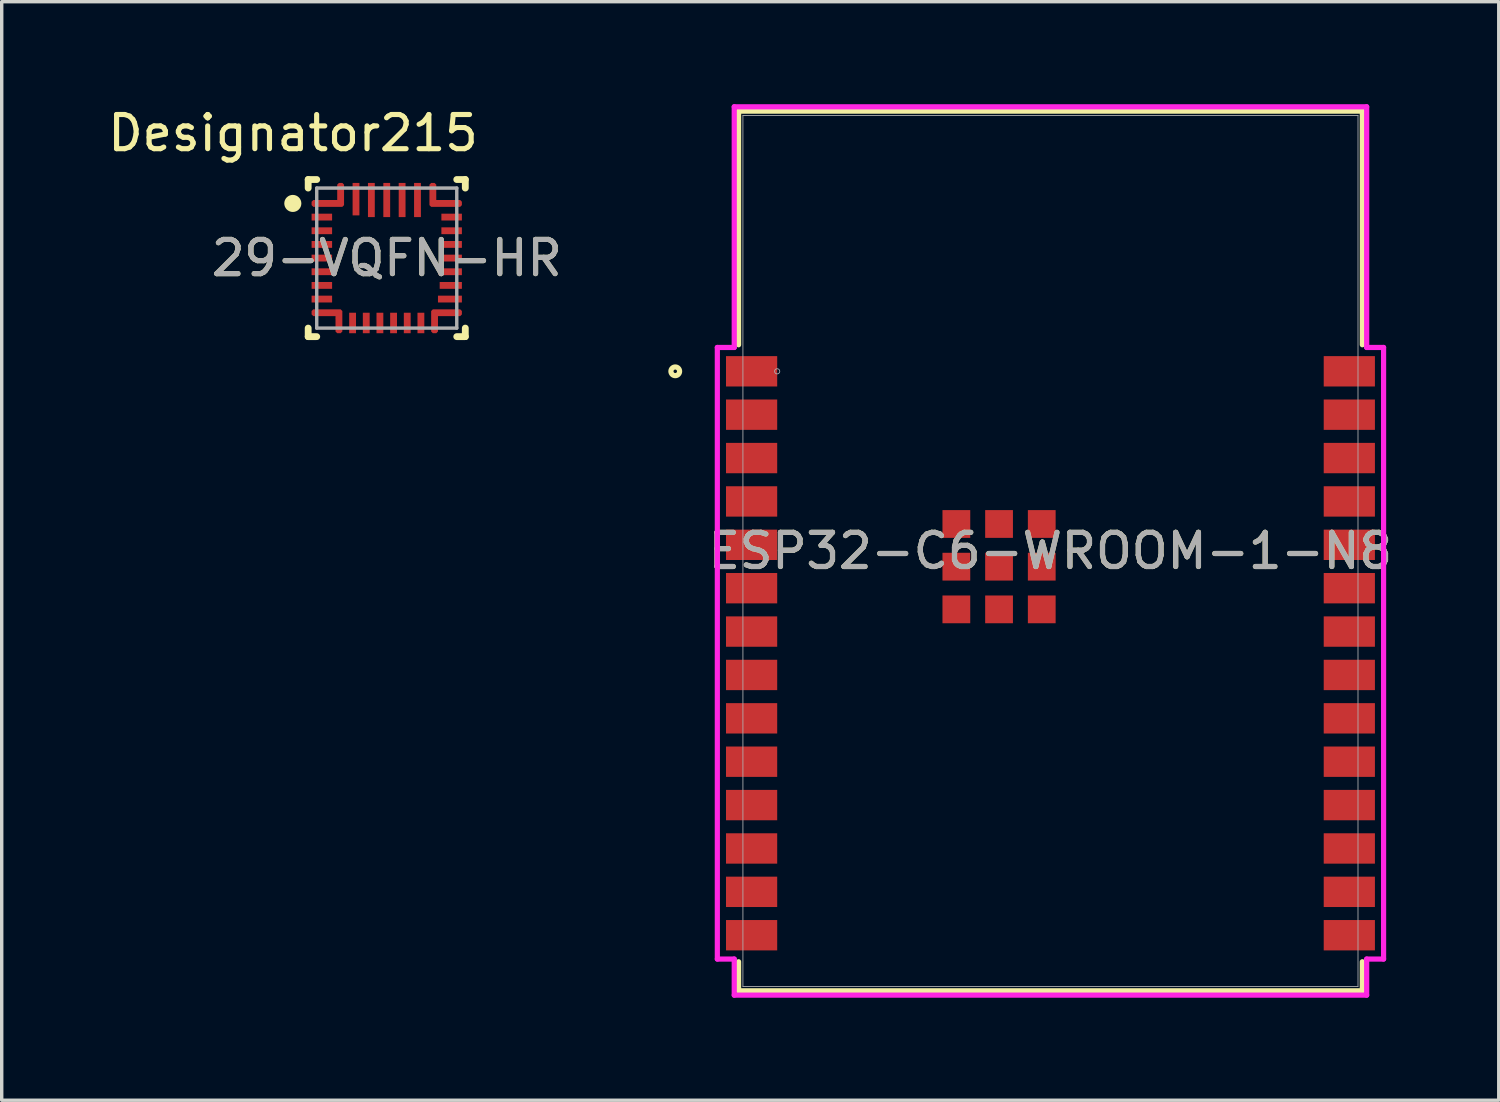
<source format=kicad_pcb>
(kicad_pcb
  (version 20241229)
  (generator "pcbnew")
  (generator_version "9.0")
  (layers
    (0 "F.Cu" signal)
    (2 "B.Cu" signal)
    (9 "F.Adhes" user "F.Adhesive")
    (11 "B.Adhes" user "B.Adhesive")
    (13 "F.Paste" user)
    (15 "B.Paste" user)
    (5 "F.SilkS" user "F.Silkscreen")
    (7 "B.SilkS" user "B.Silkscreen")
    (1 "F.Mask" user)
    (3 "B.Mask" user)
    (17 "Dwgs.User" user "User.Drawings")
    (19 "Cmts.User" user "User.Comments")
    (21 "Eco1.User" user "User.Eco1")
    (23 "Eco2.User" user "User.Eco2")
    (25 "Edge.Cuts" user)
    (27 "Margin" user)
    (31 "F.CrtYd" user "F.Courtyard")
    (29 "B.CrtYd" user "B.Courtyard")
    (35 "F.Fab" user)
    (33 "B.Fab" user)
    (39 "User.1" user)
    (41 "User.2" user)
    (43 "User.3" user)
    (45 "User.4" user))
  (footprint "29-VQFN-HR"
    (layer "F.Cu")
    (at 8.273 4.506)
    (property "Reference" "29-VQFN-HR" (at 0 0 0) (unlocked yes) (layer "F.SilkS") (effects (font (size 1 1) (thickness 0.15))))
    (attr smd)
    (fp_poly (pts (xy -2.2 -1.65) (xy -2.15 -1.7) (xy -1.45 -1.7) (xy -1.45 -2.15) (xy -1.4 -2.2) (xy -1.3 -2.2) (xy -1.25 -2.15) (xy -1.25 -1.55) (xy -1.3 -1.5) (xy -2.15 -1.5) (xy -2.2 -1.55)) (stroke (width 0) (type solid)) (fill yes) (layer "F.Cu"))
    (fp_poly (pts (xy -2.2 1.65) (xy -2.15 1.7) (xy -1.5 1.7) (xy -1.5 2.15) (xy -1.45 2.2) (xy -1.35 2.2) (xy -1.3 2.15) (xy -1.3 1.55) (xy -1.35 1.5) (xy -2.15 1.5) (xy -2.2 1.55)) (stroke (width 0) (type solid)) (fill yes) (layer "F.Cu"))
    (fp_poly (pts (xy 2.2 -1.65) (xy 2.15 -1.7) (xy 1.45 -1.7) (xy 1.45 -2.15) (xy 1.4 -2.2) (xy 1.3 -2.2) (xy 1.25 -2.15) (xy 1.25 -1.55) (xy 1.3 -1.5) (xy 2.15 -1.5) (xy 2.2 -1.55)) (stroke (width 0) (type solid)) (fill yes) (layer "F.Cu"))
    (fp_poly (pts (xy 2.2 1.65) (xy 2.15 1.7) (xy 1.5 1.7) (xy 1.5 2.15) (xy 1.45 2.2) (xy 1.35 2.2) (xy 1.3 2.15) (xy 1.3 1.55) (xy 1.35 1.5) (xy 2.15 1.5) (xy 2.2 1.55)) (stroke (width 0) (type solid)) (fill yes) (layer "F.Cu"))
    (fp_poly (pts (xy -2.2 -1.65) (xy -2.15 -1.7) (xy -1.45 -1.7) (xy -1.45 -2.15) (xy -1.4 -2.2) (xy -1.3 -2.2) (xy -1.25 -2.15) (xy -1.25 -1.55) (xy -1.3 -1.5) (xy -2.15 -1.5) (xy -2.2 -1.55)) (stroke (width 0) (type solid)) (fill yes) (layer "F.Mask"))
    (fp_poly (pts (xy -2.2 1.65) (xy -2.2 1.55) (xy -2.15 1.5) (xy -1.35 1.5) (xy -1.3 1.55) (xy -1.3 2.15) (xy -1.35 2.2) (xy -1.45 2.2) (xy -1.5 2.15) (xy -1.5 1.7) (xy -2.15 1.7)) (stroke (width 0) (type solid)) (fill yes) (layer "F.Mask"))
    (fp_poly (pts (xy 2.2 -1.65) (xy 2.2 -1.55) (xy 2.15 -1.5) (xy 1.3 -1.5) (xy 1.25 -1.55) (xy 1.25 -2.15) (xy 1.3 -2.2) (xy 1.4 -2.2) (xy 1.45 -2.15) (xy 1.45 -1.7) (xy 2.15 -1.7)) (stroke (width 0) (type solid)) (fill yes) (layer "F.Mask"))
    (fp_poly (pts (xy 2.2 1.65) (xy 2.15 1.7) (xy 1.5 1.7) (xy 1.5 2.15) (xy 1.45 2.2) (xy 1.35 2.2) (xy 1.3 2.15) (xy 1.3 1.55) (xy 1.35 1.5) (xy 2.15 1.5) (xy 2.2 1.55)) (stroke (width 0) (type solid)) (fill yes) (layer "F.Mask"))
    (fp_line (start -2.3 -2.3) (end -2.05 -2.3) (stroke (width 0.2) (type solid)) (layer "F.SilkS"))
    (fp_line (start -2.3 -2.05) (end -2.3 -2.3) (stroke (width 0.2) (type solid)) (layer "F.SilkS"))
    (fp_line (start -2.3 2.3) (end -2.3 2.05) (stroke (width 0.2) (type solid)) (layer "F.SilkS"))
    (fp_line (start -2.3 2.3) (end -2.05 2.3) (stroke (width 0.2) (type solid)) (layer "F.SilkS"))
    (fp_line (start 2.05 -2.3) (end 2.3 -2.3) (stroke (width 0.2) (type solid)) (layer "F.SilkS"))
    (fp_line (start 2.05 2.3) (end 2.3 2.3) (stroke (width 0.2) (type solid)) (layer "F.SilkS"))
    (fp_line (start 2.3 -2.05) (end 2.3 -2.3) (stroke (width 0.2) (type solid)) (layer "F.SilkS"))
    (fp_line (start 2.3 2.3) (end 2.3 2.05) (stroke (width 0.2) (type solid)) (layer "F.SilkS"))
    (fp_circle (center -2.75 -1.6) (end -2.625 -1.6) (stroke (width 0.25) (type solid)) (fill no) (layer "F.SilkS"))
    (fp_poly (pts (xy -2.2 -1.65) (xy -2.15 -1.7) (xy -1.45 -1.7) (xy -1.45 -2.15) (xy -1.4 -2.2) (xy -1.3 -2.2) (xy -1.25 -2.15) (xy -1.25 -1.55) (xy -1.3 -1.5) (xy -2.15 -1.5) (xy -2.2 -1.55)) (stroke (width 0) (type solid)) (fill yes) (layer "F.Paste"))
    (fp_poly (pts (xy -2.2 1.65) (xy -2.2 1.55) (xy -2.15 1.5) (xy -1.35 1.5) (xy -1.3 1.55) (xy -1.3 2.15) (xy -1.35 2.2) (xy -1.45 2.2) (xy -1.5 2.15) (xy -1.5 1.7) (xy -2.15 1.7)) (stroke (width 0) (type solid)) (fill yes) (layer "F.Paste"))
    (fp_poly (pts (xy 2.2 -1.65) (xy 2.2 -1.55) (xy 2.15 -1.5) (xy 1.3 -1.5) (xy 1.25 -1.55) (xy 1.25 -2.15) (xy 1.3 -2.2) (xy 1.4 -2.2) (xy 1.45 -2.15) (xy 1.45 -1.7) (xy 2.15 -1.7)) (stroke (width 0) (type solid)) (fill yes) (layer "F.Paste"))
    (fp_poly (pts (xy 2.2 1.65) (xy 2.15 1.7) (xy 1.5 1.7) (xy 1.5 2.15) (xy 1.45 2.2) (xy 1.35 2.2) (xy 1.3 2.15) (xy 1.3 1.55) (xy 1.35 1.5) (xy 2.15 1.5) (xy 2.2 1.55)) (stroke (width 0) (type solid)) (fill yes) (layer "F.Paste"))
    (fp_line (start -2.05 -2.05) (end 2.05 -2.05) (stroke (width 0.1) (type solid)) (layer "F.Fab"))
    (fp_line (start -2.05 2.05) (end -2.05 -2.05) (stroke (width 0.1) (type solid)) (layer "F.Fab"))
    (fp_line (start -2.05 2.05) (end 2.05 2.05) (stroke (width 0.1) (type solid)) (layer "F.Fab"))
    (fp_line (start 2.05 2.05) (end 2.05 -2.05) (stroke (width 0.1) (type solid)) (layer "F.Fab"))
    (fp_text user "Designator215" (at -2.743 -3.658 0) (unlocked yes) (layer "F.SilkS") (effects (font (size 1 1) (thickness 0.15))))
    (fp_text user "${REFERENCE}" (at 0 0 0) (unlocked yes) (layer "F.Fab") (effects (font (size 1 1) (thickness 0.15))))
    (pad "1" smd circle (at -1.369 -1.631) (size 0.192 0.192) (layers "F.Cu" "F.Mask" "F.Paste"))
    (pad "2" smd rect (at -1.9 -1.2) (size 0.6 0.2) (layers "F.Cu" "F.Mask" "F.Paste"))
    (pad "3" smd rect (at -1.9 -0.8) (size 0.6 0.2) (layers "F.Cu" "F.Mask" "F.Paste"))
    (pad "4" smd rect (at -1.9 -0.4) (size 0.6 0.2) (layers "F.Cu" "F.Mask" "F.Paste"))
    (pad "5" smd rect (at -1.9 0) (size 0.6 0.2) (layers "F.Cu" "F.Mask" "F.Paste"))
    (pad "6" smd rect (at -1.9 0.4) (size 0.6 0.2) (layers "F.Cu" "F.Mask" "F.Paste"))
    (pad "7" smd rect (at -1.9 0.8) (size 0.6 0.2) (layers "F.Cu" "F.Mask" "F.Paste"))
    (pad "8" smd rect (at -1.9 1.2) (size 0.6 0.2) (layers "F.Cu" "F.Mask" "F.Paste"))
    (pad "9" smd circle (at -1.412 1.763) (size 0.158 0.158) (layers "F.Cu" "F.Mask" "F.Paste"))
    (pad "10" smd rect (at -1 1.9 90) (size 0.6 0.2) (layers "F.Cu" "F.Mask" "F.Paste"))
    (pad "11" smd rect (at -0.6 1.9 90) (size 0.6 0.2) (layers "F.Cu" "F.Mask" "F.Paste"))
    (pad "12" smd rect (at -0.2 1.9 90) (size 0.6 0.2) (layers "F.Cu" "F.Mask" "F.Paste"))
    (pad "13" smd rect (at 0.2 1.9 90) (size 0.6 0.2) (layers "F.Cu" "F.Mask" "F.Paste"))
    (pad "14" smd rect (at 0.6 1.9 90) (size 0.6 0.2) (layers "F.Cu" "F.Mask" "F.Paste"))
    (pad "15" smd rect (at 1 1.9 90) (size 0.6 0.2) (layers "F.Cu" "F.Mask" "F.Paste"))
    (pad "16" smd circle (at 1.431 1.631) (size 0.175 0.175) (layers "F.Cu" "F.Mask" "F.Paste"))
    (pad "17" smd rect (at 1.85 1.2) (size 0.7 0.2) (layers "F.Cu" "F.Mask" "F.Paste"))
    (pad "18" smd rect (at 1.875 0.8) (size 0.65 0.2) (layers "F.Cu" "F.Mask" "F.Paste"))
    (pad "19" smd rect (at 1.86 0.4) (size 0.68 0.2) (layers "F.Cu" "F.Mask" "F.Paste"))
    (pad "20" smd rect (at 1.9 0) (size 0.6 0.2) (layers "F.Cu" "F.Mask" "F.Paste"))
    (pad "21" smd rect (at 1.9 -0.4) (size 0.6 0.2) (layers "F.Cu" "F.Mask" "F.Paste"))
    (pad "22" smd rect (at 1.9 -0.8) (size 0.6 0.2) (layers "F.Cu" "F.Mask" "F.Paste"))
    (pad "23" smd rect (at 1.9 -1.2) (size 0.6 0.2) (layers "F.Cu" "F.Mask" "F.Paste"))
    (pad "24" smd circle (at 1.381 -1.631) (size 0.175 0.175) (layers "F.Cu" "F.Mask" "F.Paste"))
    (pad "25" smd rect (at 0.9 -1.7) (size 0.2 1) (layers "F.Cu" "F.Mask" "F.Paste"))
    (pad "26" smd rect (at 0.45 -1.7) (size 0.2 1) (layers "F.Cu" "F.Mask" "F.Paste"))
    (pad "27" smd rect (at 0 -1.7) (size 0.2 1) (layers "F.Cu" "F.Mask" "F.Paste"))
    (pad "28" smd rect (at -0.45 -1.7) (size 0.2 1) (layers "F.Cu" "F.Mask" "F.Paste"))
    (pad "29" smd rect (at -0.9 -1.725) (size 0.2 0.95) (layers "F.Cu" "F.Mask" "F.Paste")))
  (footprint "ESP32-C6-WROOM-1-N8"
    (layer "F.Cu")
    (at 27.705 13.081)
    (property "Reference" "ESP32-C6-WROOM-1-N8" (at 0 0 0) (unlocked yes) (layer "F.SilkS") (effects (font (size 1 1) (thickness 0.15))))
    (attr smd)
    (fp_line (start -9.131 -12.878) (end 9.131 -12.878) (stroke (width 0.152) (type solid)) (layer "F.SilkS"))
    (fp_line (start -9.131 -6.037) (end -9.131 -12.878) (stroke (width 0.152) (type solid)) (layer "F.SilkS"))
    (fp_line (start -9.131 12.878) (end -9.131 12.027) (stroke (width 0.152) (type solid)) (layer "F.SilkS"))
    (fp_line (start 9.131 -12.878) (end 9.131 -6.037) (stroke (width 0.152) (type solid)) (layer "F.SilkS"))
    (fp_line (start 9.131 12.027) (end 9.131 12.878) (stroke (width 0.152) (type solid)) (layer "F.SilkS"))
    (fp_line (start 9.131 12.878) (end -9.131 12.878) (stroke (width 0.152) (type solid)) (layer "F.SilkS"))
    (fp_circle (center -10.985 -5.26) (end -10.858 -5.26) (stroke (width 0.152) (type solid)) (fill no) (layer "F.SilkS"))
    (fp_poly (pts (xy -9.004 -12.751) (xy -9.004 -6.756) (xy 9.004 -6.756) (xy 9.004 -12.751)) (stroke (width 0.1) (type solid)) (fill no) (layer "Eco2.User"))
    (fp_line (start -9.753 -5.958) (end -9.753 11.948) (stroke (width 0.152) (type solid)) (layer "F.CrtYd"))
    (fp_line (start -9.753 11.948) (end -9.258 11.948) (stroke (width 0.152) (type solid)) (layer "F.CrtYd"))
    (fp_line (start -9.258 -13.005) (end -9.258 -5.958) (stroke (width 0.152) (type solid)) (layer "F.CrtYd"))
    (fp_line (start -9.258 -5.958) (end -9.753 -5.958) (stroke (width 0.152) (type solid)) (layer "F.CrtYd"))
    (fp_line (start -9.258 11.948) (end -9.258 13.005) (stroke (width 0.152) (type solid)) (layer "F.CrtYd"))
    (fp_line (start -9.258 13.005) (end 9.258 13.005) (stroke (width 0.152) (type solid)) (layer "F.CrtYd"))
    (fp_line (start 9.258 -13.005) (end -9.258 -13.005) (stroke (width 0.152) (type solid)) (layer "F.CrtYd"))
    (fp_line (start 9.258 -5.958) (end 9.258 -13.005) (stroke (width 0.152) (type solid)) (layer "F.CrtYd"))
    (fp_line (start 9.258 11.948) (end 9.753 11.948) (stroke (width 0.152) (type solid)) (layer "F.CrtYd"))
    (fp_line (start 9.258 13.005) (end 9.258 11.948) (stroke (width 0.152) (type solid)) (layer "F.CrtYd"))
    (fp_line (start 9.753 -5.958) (end 9.258 -5.958) (stroke (width 0.152) (type solid)) (layer "F.CrtYd"))
    (fp_line (start 9.753 11.948) (end 9.753 -5.958) (stroke (width 0.152) (type solid)) (layer "F.CrtYd"))
    (fp_line (start -9.004 -12.751) (end -9.004 12.751) (stroke (width 0.025) (type solid)) (layer "F.Fab"))
    (fp_line (start -9.004 12.751) (end 9.004 12.751) (stroke (width 0.025) (type solid)) (layer "F.Fab"))
    (fp_line (start 9.004 -12.751) (end -9.004 -12.751) (stroke (width 0.025) (type solid)) (layer "F.Fab"))
    (fp_line (start 9.004 12.751) (end 9.004 -12.751) (stroke (width 0.025) (type solid)) (layer "F.Fab"))
    (fp_circle (center -8.001 -5.26) (end -7.925 -5.26) (stroke (width 0.025) (type solid)) (fill no) (layer "F.Fab"))
    (fp_text user "${REFERENCE}" (at 0 0 0) (unlocked yes) (layer "F.Fab") (effects (font (size 1 1) (thickness 0.15))))
    (pad "1" smd rect (at -8.75 -5.26) (size 1.499 0.889) (layers "F.Cu" "F.Mask" "F.Paste"))
    (pad "2" smd rect (at -8.75 -3.99) (size 1.499 0.889) (layers "F.Cu" "F.Mask" "F.Paste"))
    (pad "3" smd rect (at -8.75 -2.72) (size 1.499 0.889) (layers "F.Cu" "F.Mask" "F.Paste"))
    (pad "4" smd rect (at -8.75 -1.45) (size 1.499 0.889) (layers "F.Cu" "F.Mask" "F.Paste"))
    (pad "5" smd rect (at -8.75 -0.18) (size 1.499 0.889) (layers "F.Cu" "F.Mask" "F.Paste"))
    (pad "6" smd rect (at -8.75 1.09) (size 1.499 0.889) (layers "F.Cu" "F.Mask" "F.Paste"))
    (pad "7" smd rect (at -8.75 2.36) (size 1.499 0.889) (layers "F.Cu" "F.Mask" "F.Paste"))
    (pad "8" smd rect (at -8.75 3.63) (size 1.499 0.889) (layers "F.Cu" "F.Mask" "F.Paste"))
    (pad "9" smd rect (at -8.75 4.9) (size 1.499 0.889) (layers "F.Cu" "F.Mask" "F.Paste"))
    (pad "10" smd rect (at -8.75 6.17) (size 1.499 0.889) (layers "F.Cu" "F.Mask" "F.Paste"))
    (pad "11" smd rect (at -8.75 7.44) (size 1.499 0.889) (layers "F.Cu" "F.Mask" "F.Paste"))
    (pad "12" smd rect (at -8.75 8.71) (size 1.499 0.889) (layers "F.Cu" "F.Mask" "F.Paste"))
    (pad "13" smd rect (at -8.75 9.98) (size 1.499 0.889) (layers "F.Cu" "F.Mask" "F.Paste"))
    (pad "14" smd rect (at -8.75 11.25) (size 1.499 0.889) (layers "F.Cu" "F.Mask" "F.Paste"))
    (pad "15" smd rect (at 8.75 11.25) (size 1.499 0.889) (layers "F.Cu" "F.Mask" "F.Paste"))
    (pad "16" smd rect (at 8.75 9.98) (size 1.499 0.889) (layers "F.Cu" "F.Mask" "F.Paste"))
    (pad "17" smd rect (at 8.75 8.71) (size 1.499 0.889) (layers "F.Cu" "F.Mask" "F.Paste"))
    (pad "18" smd rect (at 8.75 7.44) (size 1.499 0.889) (layers "F.Cu" "F.Mask" "F.Paste"))
    (pad "19" smd rect (at 8.75 6.17) (size 1.499 0.889) (layers "F.Cu" "F.Mask" "F.Paste"))
    (pad "20" smd rect (at 8.75 4.9) (size 1.499 0.889) (layers "F.Cu" "F.Mask" "F.Paste"))
    (pad "21" smd rect (at 8.75 3.63) (size 1.499 0.889) (layers "F.Cu" "F.Mask" "F.Paste"))
    (pad "22" smd rect (at 8.75 2.36) (size 1.499 0.889) (layers "F.Cu" "F.Mask" "F.Paste"))
    (pad "23" smd rect (at 8.75 1.09) (size 1.499 0.889) (layers "F.Cu" "F.Mask" "F.Paste"))
    (pad "24" smd rect (at 8.75 -0.18) (size 1.499 0.889) (layers "F.Cu" "F.Mask" "F.Paste"))
    (pad "25" smd rect (at 8.75 -1.45) (size 1.499 0.889) (layers "F.Cu" "F.Mask" "F.Paste"))
    (pad "26" smd rect (at 8.75 -2.72) (size 1.499 0.889) (layers "F.Cu" "F.Mask" "F.Paste"))
    (pad "27" smd rect (at 8.75 -3.99) (size 1.499 0.889) (layers "F.Cu" "F.Mask" "F.Paste"))
    (pad "28" smd rect (at 8.75 -5.26) (size 1.499 0.889) (layers "F.Cu" "F.Mask" "F.Paste"))
    (pad "29" smd rect (at -1.505 0.46) (size 0.813 0.813) (layers "F.Cu" "F.Mask" "F.Paste"))
    (pad "30" smd rect (at -2.755 -0.79) (size 0.813 0.813) (layers "F.Cu" "F.Mask" "F.Paste"))
    (pad "31" smd rect (at -2.755 0.46) (size 0.813 0.813) (layers "F.Cu" "F.Mask" "F.Paste"))
    (pad "32" smd rect (at -2.755 1.71) (size 0.813 0.813) (layers "F.Cu" "F.Mask" "F.Paste"))
    (pad "33" smd rect (at -1.505 1.71) (size 0.813 0.813) (layers "F.Cu" "F.Mask" "F.Paste"))
    (pad "34" smd rect (at -0.255 1.71) (size 0.813 0.813) (layers "F.Cu" "F.Mask" "F.Paste"))
    (pad "35" smd rect (at -0.255 0.46) (size 0.813 0.813) (layers "F.Cu" "F.Mask" "F.Paste"))
    (pad "36" smd rect (at -0.255 -0.79) (size 0.813 0.813) (layers "F.Cu" "F.Mask" "F.Paste"))
    (pad "37" smd rect (at -1.505 -0.79) (size 0.813 0.813) (layers "F.Cu" "F.Mask" "F.Paste")))
  (gr_rect
    (start -3 -3)
    (end 40.83 29.162)
    (stroke (width 0.1) (type default))
    (fill no)
    (layer "Edge.Cuts")))
</source>
